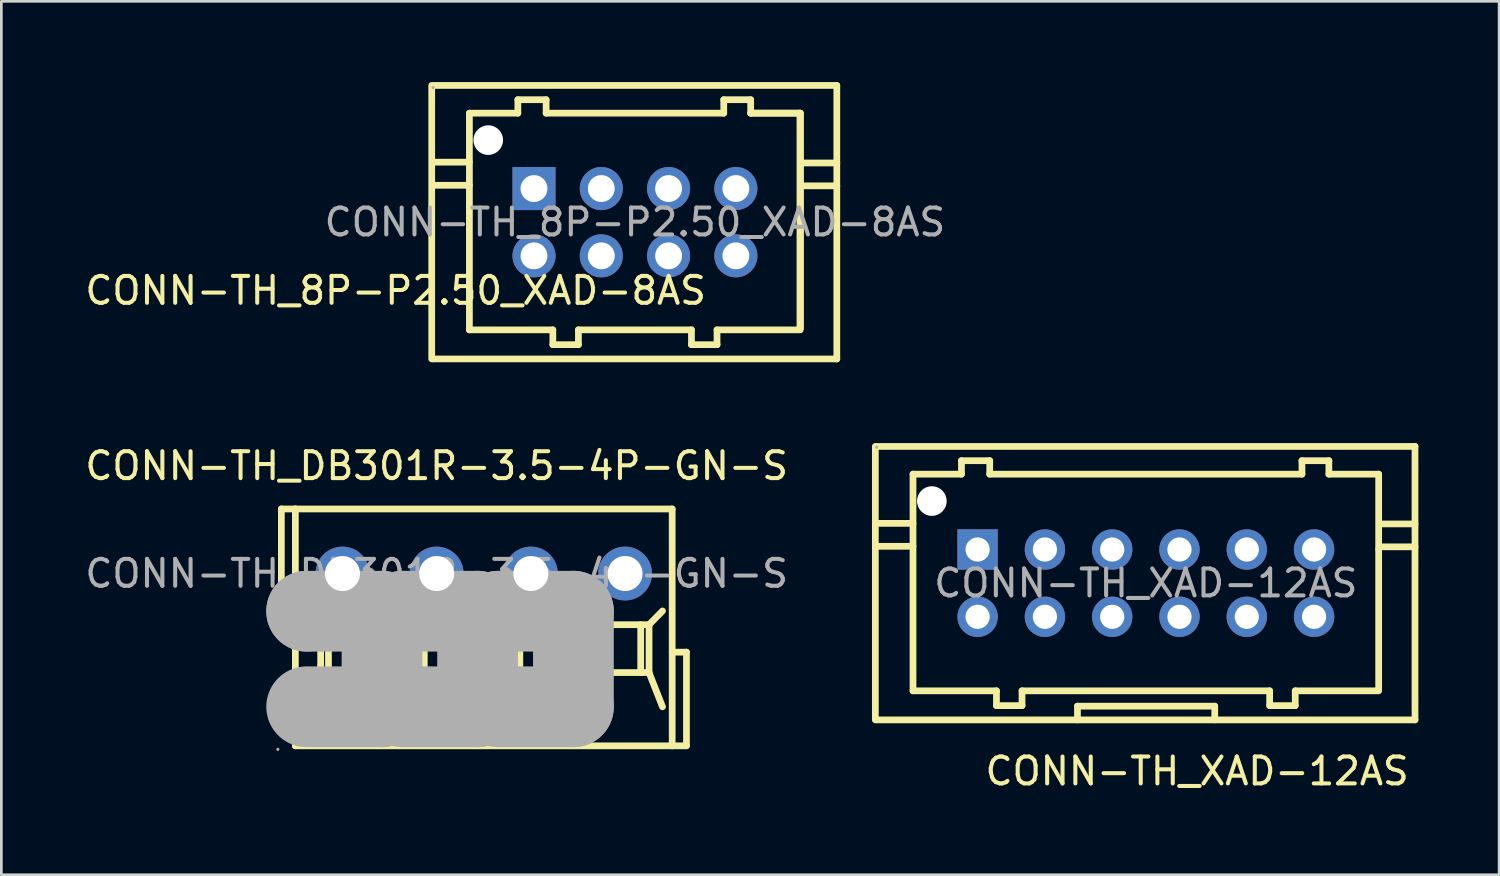
<source format=kicad_pcb>
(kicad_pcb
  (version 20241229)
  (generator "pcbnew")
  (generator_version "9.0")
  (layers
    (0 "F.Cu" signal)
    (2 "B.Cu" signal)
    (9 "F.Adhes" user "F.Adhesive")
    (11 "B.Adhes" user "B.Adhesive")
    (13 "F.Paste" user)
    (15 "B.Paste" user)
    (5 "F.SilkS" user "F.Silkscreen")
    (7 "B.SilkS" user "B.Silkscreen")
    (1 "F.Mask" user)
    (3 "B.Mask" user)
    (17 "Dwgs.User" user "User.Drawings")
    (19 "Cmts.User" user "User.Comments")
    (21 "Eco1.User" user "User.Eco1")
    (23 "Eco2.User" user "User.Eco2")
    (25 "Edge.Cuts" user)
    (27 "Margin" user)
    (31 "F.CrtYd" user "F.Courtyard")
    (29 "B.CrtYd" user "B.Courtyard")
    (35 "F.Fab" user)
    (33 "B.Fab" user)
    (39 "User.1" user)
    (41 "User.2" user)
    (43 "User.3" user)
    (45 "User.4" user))
  (footprint "CONN-TH_XAD-12AS"
    (layer "F.Cu")
    (at 39.52 18.615)
    (property "Reference" "CONN-TH_XAD-12AS" (at 1.905 6.985 0) (layer "F.SilkS") (effects (font (size 1 1) (thickness 0.15))))
    (attr through_hole)
    (fp_line (start -10.05 -5.08) (end -10.05 5.08) (stroke (width 0.25) (type solid)) (layer "F.SilkS"))
    (fp_line (start -10 -5.08) (end 10 -5.08) (stroke (width 0.25) (type solid)) (layer "F.SilkS"))
    (fp_line (start -8.65 -4.05) (end -8.65 4) (stroke (width 0.25) (type solid)) (layer "F.SilkS"))
    (fp_line (start -8.65 -4.05) (end -6.85 -4.05) (stroke (width 0.25) (type solid)) (layer "F.SilkS"))
    (fp_line (start -8.65 -2.22) (end -10 -2.22) (stroke (width 0.25) (type solid)) (layer "F.SilkS"))
    (fp_line (start -8.65 -1.37) (end -10 -1.37) (stroke (width 0.25) (type solid)) (layer "F.SilkS"))
    (fp_line (start -8.65 4) (end -5.55 4) (stroke (width 0.25) (type solid)) (layer "F.SilkS"))
    (fp_line (start -6.85 -4.55) (end -5.8 -4.55) (stroke (width 0.25) (type solid)) (layer "F.SilkS"))
    (fp_line (start -6.85 -4.05) (end -6.85 -4.55) (stroke (width 0.25) (type solid)) (layer "F.SilkS"))
    (fp_line (start -5.8 -4.55) (end -5.8 -4.05) (stroke (width 0.25) (type solid)) (layer "F.SilkS"))
    (fp_line (start -5.8 -4.05) (end 5.8 -4.05) (stroke (width 0.25) (type solid)) (layer "F.SilkS"))
    (fp_line (start -5.55 4) (end -5.55 4.55) (stroke (width 0.25) (type solid)) (layer "F.SilkS"))
    (fp_line (start -5.55 4.55) (end -4.6 4.55) (stroke (width 0.25) (type solid)) (layer "F.SilkS"))
    (fp_line (start -4.6 4) (end 4.6 4) (stroke (width 0.25) (type solid)) (layer "F.SilkS"))
    (fp_line (start -4.6 4.55) (end -4.6 4) (stroke (width 0.25) (type solid)) (layer "F.SilkS"))
    (fp_line (start -2.54 4.57) (end 2.56 4.57) (stroke (width 0.25) (type solid)) (layer "F.SilkS"))
    (fp_line (start -2.54 5.08) (end -2.54 4.57) (stroke (width 0.25) (type solid)) (layer "F.SilkS"))
    (fp_line (start 2.56 4.57) (end 2.56 5.08) (stroke (width 0.25) (type solid)) (layer "F.SilkS"))
    (fp_line (start 4.6 4) (end 4.6 4.55) (stroke (width 0.25) (type solid)) (layer "F.SilkS"))
    (fp_line (start 4.6 4.55) (end 5.55 4.55) (stroke (width 0.25) (type solid)) (layer "F.SilkS"))
    (fp_line (start 5.55 4) (end 8.65 4) (stroke (width 0.25) (type solid)) (layer "F.SilkS"))
    (fp_line (start 5.55 4.55) (end 5.55 4) (stroke (width 0.25) (type solid)) (layer "F.SilkS"))
    (fp_line (start 5.8 -4.55) (end 6.8 -4.55) (stroke (width 0.25) (type solid)) (layer "F.SilkS"))
    (fp_line (start 5.8 -4.05) (end 5.8 -4.55) (stroke (width 0.25) (type solid)) (layer "F.SilkS"))
    (fp_line (start 6.8 -4.55) (end 6.8 -4.05) (stroke (width 0.25) (type solid)) (layer "F.SilkS"))
    (fp_line (start 6.8 -4.05) (end 8.65 -4.05) (stroke (width 0.25) (type solid)) (layer "F.SilkS"))
    (fp_line (start 8.65 -4.05) (end 8.65 -1.27) (stroke (width 0.25) (type solid)) (layer "F.SilkS"))
    (fp_line (start 8.65 -1.27) (end 8.65 3.94) (stroke (width 0.25) (type solid)) (layer "F.SilkS"))
    (fp_line (start 10 -5.08) (end 10 5.08) (stroke (width 0.25) (type solid)) (layer "F.SilkS"))
    (fp_line (start 10 -2.2) (end 8.7 -2.2) (stroke (width 0.25) (type solid)) (layer "F.SilkS"))
    (fp_line (start 10 -1.35) (end 8.7 -1.35) (stroke (width 0.25) (type solid)) (layer "F.SilkS"))
    (fp_line (start 10 5.08) (end -10 5.08) (stroke (width 0.25) (type solid)) (layer "F.SilkS"))
    (fp_circle (center -10 -5.05) (end -9.97 -5.05) (stroke (width 0.06) (type solid)) (fill no) (layer "F.Fab"))
    (fp_circle (center -6.25 -1.25) (end -6.1 -1.25) (stroke (width 0.3) (type solid)) (fill no) (layer "F.Fab"))
    (fp_circle (center -6.25 1.25) (end -6.1 1.25) (stroke (width 0.3) (type solid)) (fill no) (layer "F.Fab"))
    (fp_circle (center -3.75 -1.25) (end -3.6 -1.25) (stroke (width 0.3) (type solid)) (fill no) (layer "F.Fab"))
    (fp_circle (center -3.75 1.25) (end -3.6 1.25) (stroke (width 0.3) (type solid)) (fill no) (layer "F.Fab"))
    (fp_circle (center -1.25 -1.25) (end -1.1 -1.25) (stroke (width 0.3) (type solid)) (fill no) (layer "F.Fab"))
    (fp_circle (center -1.25 1.25) (end -1.1 1.25) (stroke (width 0.3) (type solid)) (fill no) (layer "F.Fab"))
    (fp_circle (center 1.25 -1.25) (end 1.4 -1.25) (stroke (width 0.3) (type solid)) (fill no) (layer "F.Fab"))
    (fp_circle (center 1.25 1.25) (end 1.4 1.25) (stroke (width 0.3) (type solid)) (fill no) (layer "F.Fab"))
    (fp_circle (center 3.75 -1.25) (end 3.9 -1.25) (stroke (width 0.3) (type solid)) (fill no) (layer "F.Fab"))
    (fp_circle (center 3.75 1.25) (end 3.9 1.25) (stroke (width 0.3) (type solid)) (fill no) (layer "F.Fab"))
    (fp_text user "${REFERENCE}" (at 0 0 0) (layer "F.Fab") (effects (font (size 1 1) (thickness 0.15))))
    (pad "" np_thru_hole circle (at -7.95 -3.05) (size 1.1 1.1) (drill 1.1) (layers "*.Cu" "*.Mask"))
    (pad "1" thru_hole rect (at -6.25 -1.25) (size 1.5 1.5) (drill 0.9) (layers "*.Cu" "*.Mask"))
    (pad "2" thru_hole circle (at -6.25 1.25) (size 1.5 1.5) (drill 0.9) (layers "*.Cu" "*.Mask"))
    (pad "3" thru_hole circle (at -3.75 -1.25) (size 1.5 1.5) (drill 0.9) (layers "*.Cu" "*.Mask"))
    (pad "4" thru_hole circle (at -3.75 1.25) (size 1.5 1.5) (drill 0.9) (layers "*.Cu" "*.Mask"))
    (pad "5" thru_hole circle (at -1.25 -1.25) (size 1.5 1.5) (drill 0.9) (layers "*.Cu" "*.Mask"))
    (pad "6" thru_hole circle (at -1.25 1.25) (size 1.5 1.5) (drill 0.9) (layers "*.Cu" "*.Mask"))
    (pad "7" thru_hole circle (at 1.25 -1.25) (size 1.5 1.5) (drill 0.9) (layers "*.Cu" "*.Mask"))
    (pad "8" thru_hole circle (at 1.25 1.25) (size 1.5 1.5) (drill 0.9) (layers "*.Cu" "*.Mask"))
    (pad "9" thru_hole circle (at 3.75 -1.25) (size 1.5 1.5) (drill 0.9) (layers "*.Cu" "*.Mask"))
    (pad "10" thru_hole circle (at 3.75 1.25) (size 1.5 1.5) (drill 0.9) (layers "*.Cu" "*.Mask"))
    (pad "11" thru_hole circle (at 6.25 -1.25 180) (size 1.5 1.5) (drill 0.9) (layers "*.Cu" "*.Mask"))
    (pad "12" thru_hole circle (at 6.25 1.25 180) (size 1.5 1.5) (drill 0.9) (layers "*.Cu" "*.Mask")))
  (footprint "CONN-TH_DB301R-3.5-4P-GN-S"
    (layer "F.Cu")
    (at 13.173 18.258)
    (property "Reference" "CONN-TH_DB301R-3.5-4P-GN-S" (at 0 -4 0) (layer "F.SilkS") (effects (font (size 1 1) (thickness 0.15))))
    (attr through_hole)
    (fp_line (start -5.77 -2.4) (end -5.77 1.14) (stroke (width 0.25) (type solid)) (layer "F.SilkS"))
    (fp_line (start -5.77 1.14) (end -5.25 1.14) (stroke (width 0.25) (type solid)) (layer "F.SilkS"))
    (fp_line (start -5.25 -2.4) (end -5.77 -2.4) (stroke (width 0.25) (type solid)) (layer "F.SilkS"))
    (fp_line (start -5.25 -2.4) (end -5.25 6.4) (stroke (width 0.25) (type solid)) (layer "F.SilkS"))
    (fp_line (start -5.25 -2.4) (end 8.75 -2.4) (stroke (width 0.25) (type solid)) (layer "F.SilkS"))
    (fp_line (start -5.25 6.4) (end 8.75 6.4) (stroke (width 0.25) (type solid)) (layer "F.SilkS"))
    (fp_line (start -4.82 1.39) (end -4.31 1.9) (stroke (width 0.25) (type solid)) (layer "F.SilkS"))
    (fp_line (start -4.31 1.9) (end -4.31 3.68) (stroke (width 0.25) (type solid)) (layer "F.SilkS"))
    (fp_line (start -4.31 1.9) (end -2.54 1.9) (stroke (width 0.25) (type solid)) (layer "F.SilkS"))
    (fp_line (start -4.31 3.43) (end -4.31 3.68) (stroke (width 0.25) (type solid)) (layer "F.SilkS"))
    (fp_line (start -4.31 3.68) (end -4.82 4.95) (stroke (width 0.25) (type solid)) (layer "F.SilkS"))
    (fp_line (start -4.31 3.68) (end -2.54 3.68) (stroke (width 0.25) (type solid)) (layer "F.SilkS"))
    (fp_line (start -4.02 1.9) (end -4.02 3.68) (stroke (width 0.25) (type solid)) (layer "F.SilkS"))
    (fp_line (start -2.84 1.9) (end -2.84 3.68) (stroke (width 0.25) (type solid)) (layer "F.SilkS"))
    (fp_line (start -2.54 1.9) (end -2.03 1.39) (stroke (width 0.25) (type solid)) (layer "F.SilkS"))
    (fp_line (start -2.54 3.68) (end -2.54 1.9) (stroke (width 0.25) (type solid)) (layer "F.SilkS"))
    (fp_line (start -2.54 3.68) (end -2.03 4.95) (stroke (width 0.25) (type solid)) (layer "F.SilkS"))
    (fp_line (start -1.27 1.39) (end -0.76 1.9) (stroke (width 0.25) (type solid)) (layer "F.SilkS"))
    (fp_line (start -0.76 1.9) (end -0.76 3.68) (stroke (width 0.25) (type solid)) (layer "F.SilkS"))
    (fp_line (start -0.76 1.9) (end 1.02 1.9) (stroke (width 0.25) (type solid)) (layer "F.SilkS"))
    (fp_line (start -0.76 3.43) (end -0.76 3.68) (stroke (width 0.25) (type solid)) (layer "F.SilkS"))
    (fp_line (start -0.76 3.68) (end -1.27 4.95) (stroke (width 0.25) (type solid)) (layer "F.SilkS"))
    (fp_line (start -0.76 3.68) (end 1.02 3.68) (stroke (width 0.25) (type solid)) (layer "F.SilkS"))
    (fp_line (start -0.46 1.9) (end -0.46 3.68) (stroke (width 0.25) (type solid)) (layer "F.SilkS"))
    (fp_line (start 0.71 1.9) (end 0.71 3.68) (stroke (width 0.25) (type solid)) (layer "F.SilkS"))
    (fp_line (start 1.02 1.9) (end 1.53 1.39) (stroke (width 0.25) (type solid)) (layer "F.SilkS"))
    (fp_line (start 1.02 3.68) (end 1.02 1.9) (stroke (width 0.25) (type solid)) (layer "F.SilkS"))
    (fp_line (start 1.02 3.68) (end 1.53 4.95) (stroke (width 0.25) (type solid)) (layer "F.SilkS"))
    (fp_line (start 2.29 1.39) (end 2.8 1.9) (stroke (width 0.25) (type solid)) (layer "F.SilkS"))
    (fp_line (start 2.8 1.9) (end 2.8 3.68) (stroke (width 0.25) (type solid)) (layer "F.SilkS"))
    (fp_line (start 2.8 1.9) (end 4.58 1.9) (stroke (width 0.25) (type solid)) (layer "F.SilkS"))
    (fp_line (start 2.8 3.43) (end 2.8 3.68) (stroke (width 0.25) (type solid)) (layer "F.SilkS"))
    (fp_line (start 2.8 3.68) (end 2.29 4.95) (stroke (width 0.25) (type solid)) (layer "F.SilkS"))
    (fp_line (start 2.8 3.68) (end 4.58 3.68) (stroke (width 0.25) (type solid)) (layer "F.SilkS"))
    (fp_line (start 3.09 1.9) (end 3.09 3.68) (stroke (width 0.25) (type solid)) (layer "F.SilkS"))
    (fp_line (start 4.27 1.9) (end 4.27 3.68) (stroke (width 0.25) (type solid)) (layer "F.SilkS"))
    (fp_line (start 4.58 1.9) (end 5.08 1.39) (stroke (width 0.25) (type solid)) (layer "F.SilkS"))
    (fp_line (start 4.58 3.68) (end 4.58 1.9) (stroke (width 0.25) (type solid)) (layer "F.SilkS"))
    (fp_line (start 4.58 3.68) (end 5.08 4.95) (stroke (width 0.25) (type solid)) (layer "F.SilkS"))
    (fp_line (start 5.6 1.39) (end 6.11 1.9) (stroke (width 0.25) (type solid)) (layer "F.SilkS"))
    (fp_line (start 6.11 1.9) (end 6.11 3.68) (stroke (width 0.25) (type solid)) (layer "F.SilkS"))
    (fp_line (start 6.11 1.9) (end 7.89 1.9) (stroke (width 0.25) (type solid)) (layer "F.SilkS"))
    (fp_line (start 6.11 3.43) (end 6.11 3.68) (stroke (width 0.25) (type solid)) (layer "F.SilkS"))
    (fp_line (start 6.11 3.68) (end 5.6 4.95) (stroke (width 0.25) (type solid)) (layer "F.SilkS"))
    (fp_line (start 6.11 3.68) (end 7.89 3.68) (stroke (width 0.25) (type solid)) (layer "F.SilkS"))
    (fp_line (start 6.4 1.9) (end 6.4 3.68) (stroke (width 0.25) (type solid)) (layer "F.SilkS"))
    (fp_line (start 7.58 1.9) (end 7.58 3.68) (stroke (width 0.25) (type solid)) (layer "F.SilkS"))
    (fp_line (start 7.89 1.9) (end 8.39 1.39) (stroke (width 0.25) (type solid)) (layer "F.SilkS"))
    (fp_line (start 7.89 3.68) (end 7.89 1.9) (stroke (width 0.25) (type solid)) (layer "F.SilkS"))
    (fp_line (start 7.89 3.68) (end 8.39 4.95) (stroke (width 0.25) (type solid)) (layer "F.SilkS"))
    (fp_line (start 8.75 -2.4) (end 8.75 6.4) (stroke (width 0.25) (type solid)) (layer "F.SilkS"))
    (fp_line (start 8.75 6.4) (end 9.28 6.4) (stroke (width 0.25) (type solid)) (layer "F.SilkS"))
    (fp_line (start 9.28 2.92) (end 8.75 2.92) (stroke (width 0.25) (type solid)) (layer "F.SilkS"))
    (fp_line (start 9.28 6.4) (end 9.28 2.92) (stroke (width 0.25) (type solid)) (layer "F.SilkS"))
    (fp_line (start -4.83 1.4) (end -4.83 1.4) (stroke (width 3) (type solid)) (layer "F.Fab"))
    (fp_line (start -4.83 1.4) (end -2.03 1.4) (stroke (width 3) (type solid)) (layer "F.Fab"))
    (fp_line (start -2.03 1.4) (end -2.03 4.95) (stroke (width 3) (type solid)) (layer "F.Fab"))
    (fp_line (start -2.03 4.95) (end -4.83 4.95) (stroke (width 3) (type solid)) (layer "F.Fab"))
    (fp_line (start -1.27 1.4) (end -1.27 1.4) (stroke (width 3) (type solid)) (layer "F.Fab"))
    (fp_line (start -1.27 1.4) (end 1.52 1.4) (stroke (width 3) (type solid)) (layer "F.Fab"))
    (fp_line (start 1.52 1.4) (end 1.52 4.95) (stroke (width 3) (type solid)) (layer "F.Fab"))
    (fp_line (start 1.52 4.95) (end -1.27 4.95) (stroke (width 3) (type solid)) (layer "F.Fab"))
    (fp_line (start 2.29 1.4) (end 2.29 1.4) (stroke (width 3) (type solid)) (layer "F.Fab"))
    (fp_line (start 2.29 1.4) (end 5.08 1.4) (stroke (width 3) (type solid)) (layer "F.Fab"))
    (fp_line (start 5.08 1.4) (end 5.08 4.95) (stroke (width 3) (type solid)) (layer "F.Fab"))
    (fp_line (start 5.08 4.95) (end 2.29 4.95) (stroke (width 3) (type solid)) (layer "F.Fab"))
    (fp_circle (center -5.9 6.53) (end -5.87 6.53) (stroke (width 0.06) (type solid)) (fill no) (layer "F.Fab"))
    (fp_circle (center -3.5 0) (end -3.22 0) (stroke (width 0.55) (type solid)) (fill no) (layer "F.Fab"))
    (fp_circle (center 0 0) (end 0.28 0) (stroke (width 0.55) (type solid)) (fill no) (layer "F.Fab"))
    (fp_circle (center 3.5 0) (end 3.78 0) (stroke (width 0.55) (type solid)) (fill no) (layer "F.Fab"))
    (fp_text user "${REFERENCE}" (at 0 0 0) (layer "F.Fab") (effects (font (size 1 1) (thickness 0.15))))
    (pad "1" thru_hole circle (at -3.5 0) (size 2 2) (drill 1.3) (layers "*.Cu" "*.Mask"))
    (pad "2" thru_hole circle (at 0 0) (size 2 2) (drill 1.3) (layers "*.Cu" "*.Mask"))
    (pad "3" thru_hole circle (at 3.5 0) (size 2 2) (drill 1.3) (layers "*.Cu" "*.Mask"))
    (pad "4" thru_hole circle (at 7 0) (size 2 2) (drill 1.3) (layers "*.Cu" "*.Mask")))
  (footprint "CONN-TH_8P-P2.50_XAD-8AS"
    (layer "F.Cu")
    (at 20.539 5.205)
    (property "Reference" "CONN-TH_8P-P2.50_XAD-8AS" (at -8.89 2.54 0) (layer "F.SilkS") (effects (font (size 1 1) (thickness 0.15))))
    (attr through_hole)
    (fp_line (start -7.55 -5.08) (end -7.55 5.08) (stroke (width 0.25) (type solid)) (layer "F.SilkS"))
    (fp_line (start -7.5 -5.08) (end 7.5 -5.08) (stroke (width 0.25) (type solid)) (layer "F.SilkS"))
    (fp_line (start -7.5 5.08) (end 7.5 5.08) (stroke (width 0.25) (type solid)) (layer "F.SilkS"))
    (fp_line (start -6.15 -4.05) (end -6.15 4) (stroke (width 0.25) (type solid)) (layer "F.SilkS"))
    (fp_line (start -6.15 -4.05) (end -4.35 -4.05) (stroke (width 0.25) (type solid)) (layer "F.SilkS"))
    (fp_line (start -6.15 -2.23) (end -7.5 -2.23) (stroke (width 0.25) (type solid)) (layer "F.SilkS"))
    (fp_line (start -6.15 -1.37) (end -7.5 -1.37) (stroke (width 0.25) (type solid)) (layer "F.SilkS"))
    (fp_line (start -6.15 4) (end -3.05 4) (stroke (width 0.25) (type solid)) (layer "F.SilkS"))
    (fp_line (start -4.35 -4.55) (end -3.3 -4.55) (stroke (width 0.25) (type solid)) (layer "F.SilkS"))
    (fp_line (start -4.35 -4.05) (end -4.35 -4.55) (stroke (width 0.25) (type solid)) (layer "F.SilkS"))
    (fp_line (start -3.3 -4.55) (end -3.3 -4.05) (stroke (width 0.25) (type solid)) (layer "F.SilkS"))
    (fp_line (start -3.3 -4.05) (end 3.3 -4.05) (stroke (width 0.25) (type solid)) (layer "F.SilkS"))
    (fp_line (start -3.05 4) (end -3.05 4.55) (stroke (width 0.25) (type solid)) (layer "F.SilkS"))
    (fp_line (start -3.05 4.55) (end -2.1 4.55) (stroke (width 0.25) (type solid)) (layer "F.SilkS"))
    (fp_line (start -2.1 4) (end 2.1 4) (stroke (width 0.25) (type solid)) (layer "F.SilkS"))
    (fp_line (start -2.1 4.55) (end -2.1 4) (stroke (width 0.25) (type solid)) (layer "F.SilkS"))
    (fp_line (start 2.1 4) (end 2.1 4.55) (stroke (width 0.25) (type solid)) (layer "F.SilkS"))
    (fp_line (start 2.1 4.55) (end 3.05 4.55) (stroke (width 0.25) (type solid)) (layer "F.SilkS"))
    (fp_line (start 3.05 4) (end 6.14 4) (stroke (width 0.25) (type solid)) (layer "F.SilkS"))
    (fp_line (start 3.05 4.55) (end 3.05 4) (stroke (width 0.25) (type solid)) (layer "F.SilkS"))
    (fp_line (start 3.3 -4.55) (end 4.3 -4.55) (stroke (width 0.25) (type solid)) (layer "F.SilkS"))
    (fp_line (start 3.3 -4.05) (end 3.3 -4.55) (stroke (width 0.25) (type solid)) (layer "F.SilkS"))
    (fp_line (start 4.3 -4.55) (end 4.3 -4.05) (stroke (width 0.25) (type solid)) (layer "F.SilkS"))
    (fp_line (start 4.3 -4.05) (end 6.14 -4.05) (stroke (width 0.25) (type solid)) (layer "F.SilkS"))
    (fp_line (start 4.3 -4.05) (end 6.14 -4.05) (stroke (width 0.25) (type solid)) (layer "F.SilkS"))
    (fp_line (start 6.14 -4.05) (end 6.14 3.94) (stroke (width 0.25) (type solid)) (layer "F.SilkS"))
    (fp_line (start 6.14 -4.05) (end 6.14 3.94) (stroke (width 0.25) (type solid)) (layer "F.SilkS"))
    (fp_line (start 6.14 -4.05) (end 6.14 3.94) (stroke (width 0.25) (type solid)) (layer "F.SilkS"))
    (fp_line (start 7.5 -5.08) (end 7.5 5.08) (stroke (width 0.25) (type solid)) (layer "F.SilkS"))
    (fp_line (start 7.5 -2.2) (end 6.2 -2.2) (stroke (width 0.25) (type solid)) (layer "F.SilkS"))
    (fp_line (start 7.5 -1.35) (end 6.2 -1.35) (stroke (width 0.25) (type solid)) (layer "F.SilkS"))
    (fp_circle (center -7.5 -5) (end -7.47 -5) (stroke (width 0.06) (type solid)) (fill no) (layer "F.Fab"))
    (fp_circle (center -3.75 -1.25) (end -3.6 -1.25) (stroke (width 0.3) (type solid)) (fill no) (layer "F.Fab"))
    (fp_circle (center -3.75 1.25) (end -3.6 1.25) (stroke (width 0.3) (type solid)) (fill no) (layer "F.Fab"))
    (fp_circle (center -1.25 -1.25) (end -1.1 -1.25) (stroke (width 0.3) (type solid)) (fill no) (layer "F.Fab"))
    (fp_circle (center -1.25 1.25) (end -1.1 1.25) (stroke (width 0.3) (type solid)) (fill no) (layer "F.Fab"))
    (fp_circle (center 1.25 -1.25) (end 1.4 -1.25) (stroke (width 0.3) (type solid)) (fill no) (layer "F.Fab"))
    (fp_circle (center 1.25 1.25) (end 1.4 1.25) (stroke (width 0.3) (type solid)) (fill no) (layer "F.Fab"))
    (fp_circle (center 3.75 -1.25) (end 3.9 -1.25) (stroke (width 0.3) (type solid)) (fill no) (layer "F.Fab"))
    (fp_circle (center 3.75 1.25) (end 3.9 1.25) (stroke (width 0.3) (type solid)) (fill no) (layer "F.Fab"))
    (fp_text user "${REFERENCE}" (at 0 0 0) (layer "F.Fab") (effects (font (size 1 1) (thickness 0.15))))
    (pad "" np_thru_hole circle (at -5.45 -3.05) (size 1.1 1.1) (drill 1.1) (layers "*.Cu" "*.Mask"))
    (pad "1" thru_hole rect (at -3.75 -1.25) (size 1.6 1.6) (drill 1) (layers "*.Cu" "*.Mask"))
    (pad "2" thru_hole circle (at -3.75 1.25) (size 1.6 1.6) (drill 1) (layers "*.Cu" "*.Mask"))
    (pad "3" thru_hole circle (at -1.25 -1.25) (size 1.6 1.6) (drill 1) (layers "*.Cu" "*.Mask"))
    (pad "4" thru_hole circle (at -1.25 1.25) (size 1.6 1.6) (drill 1) (layers "*.Cu" "*.Mask"))
    (pad "5" thru_hole circle (at 1.25 -1.25) (size 1.6 1.6) (drill 1) (layers "*.Cu" "*.Mask"))
    (pad "6" thru_hole circle (at 1.25 1.25) (size 1.6 1.6) (drill 1) (layers "*.Cu" "*.Mask"))
    (pad "7" thru_hole circle (at 3.75 -1.25) (size 1.6 1.6) (drill 1) (layers "*.Cu" "*.Mask"))
    (pad "8" thru_hole circle (at 3.75 1.25) (size 1.6 1.6) (drill 1) (layers "*.Cu" "*.Mask")))
  (gr_rect
    (start -3 -3)
    (end 52.645 29.448)
    (stroke (width 0.1) (type default))
    (fill no)
    (layer "Edge.Cuts")))
</source>
